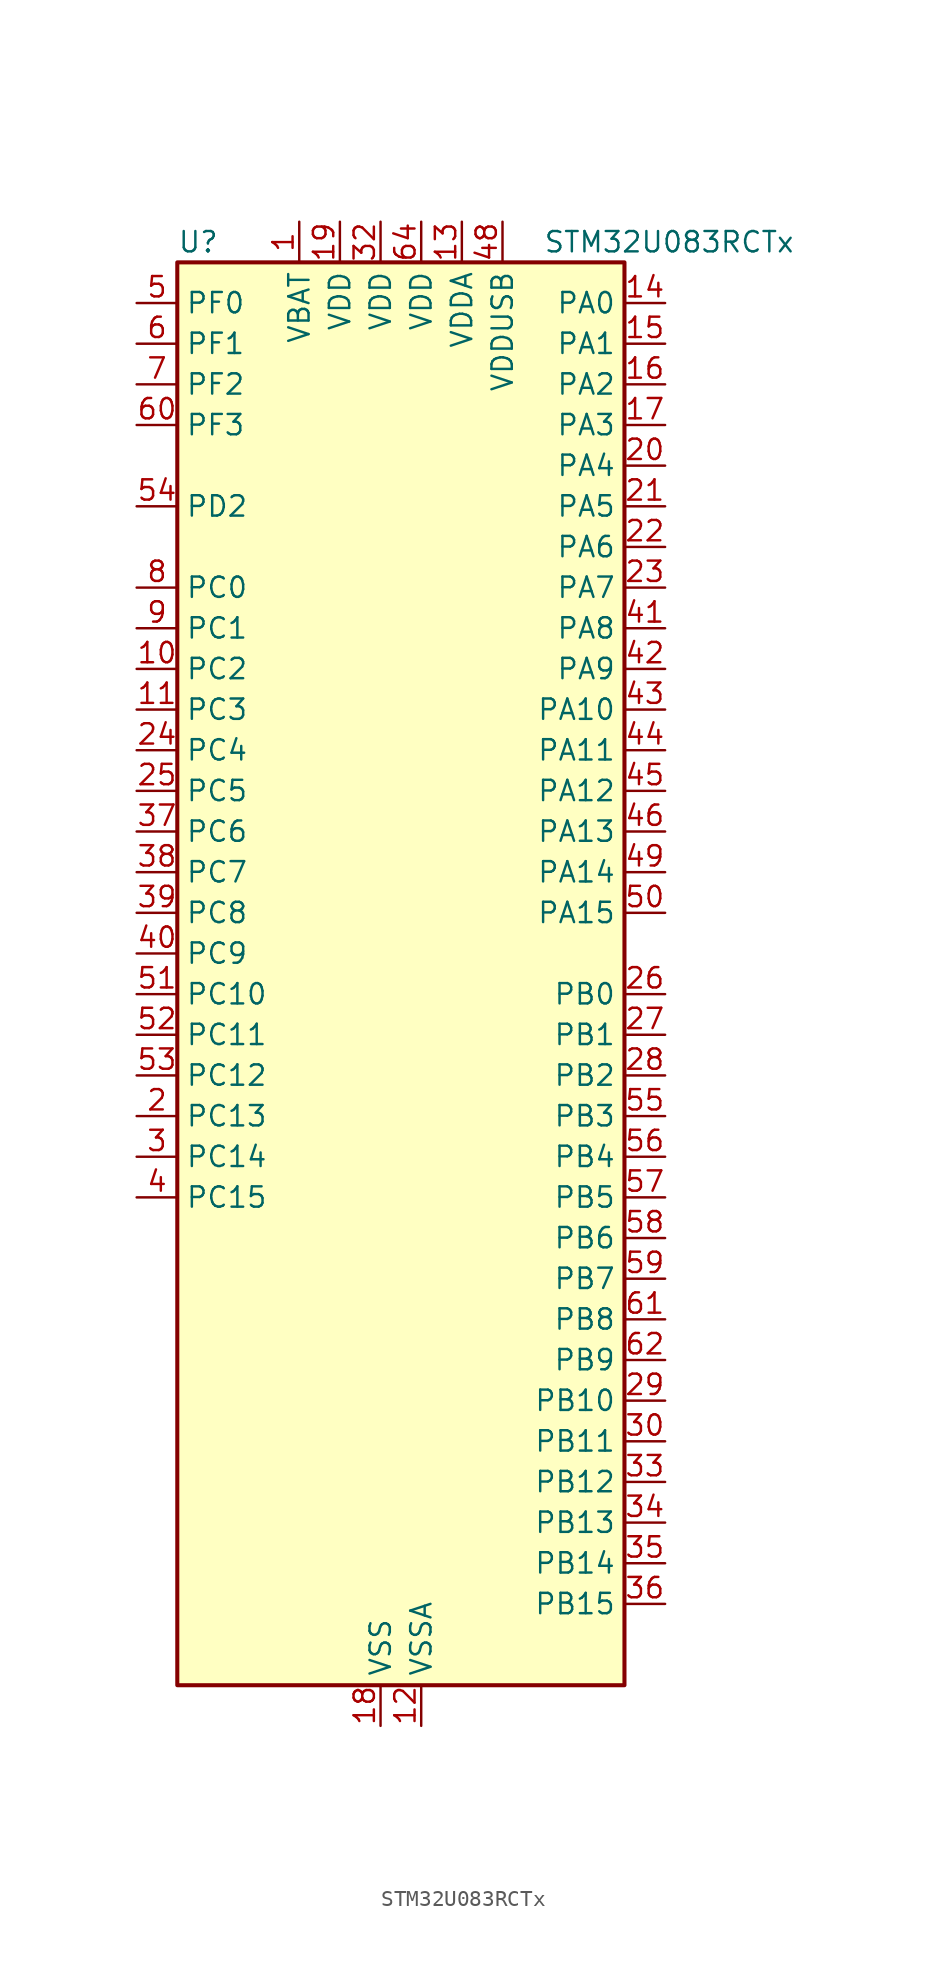
<source format=kicad_sym>
(kicad_symbol_lib
  (version 20231120)
  (generator "kicad_symbol_editor")
  (generator_version "8.99")
  (symbol "STM32U083RCTx"
    (property "Reference" "U"
      (at -12.7 46.99 0)
      (effects (font (size 1.27 1.27)) (justify left)))
    (property "Value" "STM32U083RCTx"
      (at 10.16 46.99 0)
      (effects (font (size 1.27 1.27)) (justify left)))
    (property "ki_locked" ""
      (at 0 0 0)
      (effects (font (size 1.27 1.27))))
    (symbol "STM32U083RCTx_0_1"
      (rectangle (start -12.7 -43.18) (end 15.24 45.72) (stroke (width 0.254) (type default)) (fill (type background))))
    (symbol "STM32U083RCTx_1_1"
      (pin power_in line (at -5.08 48.26 270) (length 2.54) (name "VBAT" (effects (font (size 1.27 1.27)))) (number "1" (effects (font (size 1.27 1.27)))))
      (pin bidirectional line (at -15.24 20.32 0) (length 2.54) (name "PC2" (effects (font (size 1.27 1.27)))) (number "10" (effects (font (size 1.27 1.27)))) (alternate "ADC1_IN2" bidirectional line) (alternate "LCD_BIAS3" bidirectional line) (alternate "LCD_SEG20" bidirectional line) (alternate "LPTIM1_IN2" bidirectional line) (alternate "RCC_MCO2" bidirectional line) (alternate "SPI2_MISO" bidirectional line))
      (pin bidirectional line (at -15.24 17.78 0) (length 2.54) (name "PC3" (effects (font (size 1.27 1.27)))) (number "11" (effects (font (size 1.27 1.27)))) (alternate "ADC1_IN3" bidirectional line) (alternate "LPTIM1_ETR" bidirectional line) (alternate "LPTIM2_ETR" bidirectional line) (alternate "LPTIM3_CH1" bidirectional line) (alternate "SPI2_MOSI" bidirectional line) (alternate "USART4_CK" bidirectional line))
      (pin power_in line (at 2.54 -45.72 90) (length 2.54) (name "VSSA" (effects (font (size 1.27 1.27)))) (number "12" (effects (font (size 1.27 1.27)))))
      (pin power_in line (at 5.08 48.26 270) (length 2.54) (name "VDDA" (effects (font (size 1.27 1.27)))) (number "13" (effects (font (size 1.27 1.27)))))
      (pin bidirectional line (at 17.78 43.18 180) (length 2.54) (name "PA0" (effects (font (size 1.27 1.27)))) (number "14" (effects (font (size 1.27 1.27)))) (alternate "ADC1_IN4" bidirectional line) (alternate "COMP1_INM" bidirectional line) (alternate "COMP1_OUT" bidirectional line) (alternate "LCD_SEG42" bidirectional line) (alternate "OPAMP1_VINP" bidirectional line) (alternate "PWR_WKUP1" bidirectional line) (alternate "TAMP_IN2" bidirectional line) (alternate "TIM2_CH1" bidirectional line) (alternate "TIM2_ETR" bidirectional line) (alternate "USART2_CTS" bidirectional line) (alternate "USART4_TX" bidirectional line))
      (pin bidirectional line (at 17.78 40.64 180) (length 2.54) (name "PA1" (effects (font (size 1.27 1.27)))) (number "15" (effects (font (size 1.27 1.27)))) (alternate "ADC1_IN5" bidirectional line) (alternate "COMP1_INP" bidirectional line) (alternate "LCD_SEG0" bidirectional line) (alternate "LPTIM1_CH2" bidirectional line) (alternate "OPAMP1_VINM" bidirectional line) (alternate "PWR_WKUP3" bidirectional line) (alternate "SPI1_SCK" bidirectional line) (alternate "SPI2_SCK" bidirectional line) (alternate "TAMP_IN5" bidirectional line) (alternate "TIM15_CH1N" bidirectional line) (alternate "TIM2_CH2" bidirectional line) (alternate "USART2_DE" bidirectional line) (alternate "USART2_RTS" bidirectional line) (alternate "USART4_RX" bidirectional line))
      (pin bidirectional line (at 17.78 38.1 180) (length 2.54) (name "PA2" (effects (font (size 1.27 1.27)))) (number "16" (effects (font (size 1.27 1.27)))) (alternate "ADC1_IN6" bidirectional line) (alternate "COMP2_INM" bidirectional line) (alternate "COMP2_OUT" bidirectional line) (alternate "LCD_SEG1" bidirectional line) (alternate "LPUART1_TX" bidirectional line) (alternate "PWR_WKUP4" bidirectional line) (alternate "RCC_LSCO" bidirectional line) (alternate "TIM15_CH1" bidirectional line) (alternate "TIM2_CH3" bidirectional line) (alternate "USART2_TX" bidirectional line))
      (pin bidirectional line (at 17.78 35.56 180) (length 2.54) (name "PA3" (effects (font (size 1.27 1.27)))) (number "17" (effects (font (size 1.27 1.27)))) (alternate "ADC1_IN7" bidirectional line) (alternate "COMP2_INP" bidirectional line) (alternate "LCD_SEG2" bidirectional line) (alternate "LPUART1_RX" bidirectional line) (alternate "OPAMP1_VOUT" bidirectional line) (alternate "TIM15_CH2" bidirectional line) (alternate "TIM2_CH4" bidirectional line) (alternate "USART2_RX" bidirectional line))
      (pin power_in line (at 0 -45.72 90) (length 2.54) (name "VSS" (effects (font (size 1.27 1.27)))) (number "18" (effects (font (size 1.27 1.27)))))
      (pin power_in line (at -2.54 48.26 270) (length 2.54) (name "VDD" (effects (font (size 1.27 1.27)))) (number "19" (effects (font (size 1.27 1.27)))))
      (pin bidirectional line (at -15.24 -7.62 0) (length 2.54) (name "PC13" (effects (font (size 1.27 1.27)))) (number "2" (effects (font (size 1.27 1.27)))) (alternate "LPTIM1_CH3" bidirectional line) (alternate "LPTIM3_CH3" bidirectional line) (alternate "PWR_WKUP2" bidirectional line) (alternate "RTC_OUT1" bidirectional line) (alternate "RTC_TS" bidirectional line) (alternate "TAMP_IN1" bidirectional line))
      (pin bidirectional line (at 17.78 33.02 180) (length 2.54) (name "PA4" (effects (font (size 1.27 1.27)))) (number "20" (effects (font (size 1.27 1.27)))) (alternate "ADC1_IN8" bidirectional line) (alternate "COMP1_INM" bidirectional line) (alternate "COMP2_INM" bidirectional line) (alternate "DAC1_OUT1" bidirectional line) (alternate "LCD_SEG43" bidirectional line) (alternate "LPTIM2_CH1" bidirectional line) (alternate "LPUART3_TX" bidirectional line) (alternate "SPI1_NSS" bidirectional line) (alternate "SPI3_NSS" bidirectional line) (alternate "USART2_CK" bidirectional line))
      (pin bidirectional line (at 17.78 30.48 180) (length 2.54) (name "PA5" (effects (font (size 1.27 1.27)))) (number "21" (effects (font (size 1.27 1.27)))) (alternate "ADC1_IN9" bidirectional line) (alternate "COMP1_INM" bidirectional line) (alternate "COMP2_INM" bidirectional line) (alternate "LCD_SEG44" bidirectional line) (alternate "LPTIM2_ETR" bidirectional line) (alternate "LPUART3_RX" bidirectional line) (alternate "SPI1_SCK" bidirectional line) (alternate "TIM2_CH1" bidirectional line) (alternate "TIM2_ETR" bidirectional line) (alternate "USART3_TX" bidirectional line))
      (pin bidirectional line (at 17.78 27.94 180) (length 2.54) (name "PA6" (effects (font (size 1.27 1.27)))) (number "22" (effects (font (size 1.27 1.27)))) (alternate "ADC1_IN10" bidirectional line) (alternate "COMP1_OUT" bidirectional line) (alternate "I2C2_SDA" bidirectional line) (alternate "I2C3_SDA" bidirectional line) (alternate "LCD_SEG3" bidirectional line) (alternate "LPUART1_CTS" bidirectional line) (alternate "SPI1_MISO" bidirectional line) (alternate "TIM16_CH1" bidirectional line) (alternate "TIM1_BKIN" bidirectional line) (alternate "TIM3_CH1" bidirectional line) (alternate "TSC_G5_IO1" bidirectional line) (alternate "USART3_CTS" bidirectional line))
      (pin bidirectional line (at 17.78 25.4 180) (length 2.54) (name "PA7" (effects (font (size 1.27 1.27)))) (number "23" (effects (font (size 1.27 1.27)))) (alternate "ADC1_IN14" bidirectional line) (alternate "COMP2_OUT" bidirectional line) (alternate "I2C2_SCL" bidirectional line) (alternate "I2C3_SCL" bidirectional line) (alternate "LCD_SEG4" bidirectional line) (alternate "LPTIM2_CH2" bidirectional line) (alternate "SPI1_MOSI" bidirectional line) (alternate "TIM1_CH1N" bidirectional line) (alternate "TIM3_CH2" bidirectional line) (alternate "USART3_RX" bidirectional line))
      (pin bidirectional line (at -15.24 15.24 0) (length 2.54) (name "PC4" (effects (font (size 1.27 1.27)))) (number "24" (effects (font (size 1.27 1.27)))) (alternate "ADC1_IN15" bidirectional line) (alternate "COMP1_INM" bidirectional line) (alternate "LCD_SEG22" bidirectional line) (alternate "LPUART3_TX" bidirectional line) (alternate "USART3_TX" bidirectional line))
      (pin bidirectional line (at -15.24 12.7 0) (length 2.54) (name "PC5" (effects (font (size 1.27 1.27)))) (number "25" (effects (font (size 1.27 1.27)))) (alternate "ADC1_IN16" bidirectional line) (alternate "COMP1_INP" bidirectional line) (alternate "LCD_SEG23" bidirectional line) (alternate "LPTIM3_CH3" bidirectional line) (alternate "LPUART3_RX" bidirectional line) (alternate "PWR_WKUP5" bidirectional line) (alternate "TAMP_IN4" bidirectional line) (alternate "USART3_RX" bidirectional line))
      (pin bidirectional line (at 17.78 0 180) (length 2.54) (name "PB0" (effects (font (size 1.27 1.27)))) (number "26" (effects (font (size 1.27 1.27)))) (alternate "ADC1_IN17" bidirectional line) (alternate "COMP1_OUT" bidirectional line) (alternate "LCD_SEG5" bidirectional line) (alternate "LPTIM3_CH1" bidirectional line) (alternate "LPUART2_CTS" bidirectional line) (alternate "SPI1_NSS" bidirectional line) (alternate "TIM1_CH2N" bidirectional line) (alternate "TIM3_CH3" bidirectional line) (alternate "TSC_G5_IO2" bidirectional line) (alternate "USART3_CK" bidirectional line))
      (pin bidirectional line (at 17.78 -2.54 180) (length 2.54) (name "PB1" (effects (font (size 1.27 1.27)))) (number "27" (effects (font (size 1.27 1.27)))) (alternate "ADC1_IN18" bidirectional line) (alternate "COMP1_INM" bidirectional line) (alternate "LCD_SEG6" bidirectional line) (alternate "LPTIM2_IN1" bidirectional line) (alternate "LPTIM3_CH2" bidirectional line) (alternate "LPUART1_DE" bidirectional line) (alternate "LPUART1_RTS" bidirectional line) (alternate "LPUART2_DE" bidirectional line) (alternate "LPUART2_RTS" bidirectional line) (alternate "TIM1_CH3N" bidirectional line) (alternate "TIM3_CH4" bidirectional line) (alternate "TSC_SYNC" bidirectional line) (alternate "USART3_DE" bidirectional line) (alternate "USART3_RTS" bidirectional line))
      (pin bidirectional line (at 17.78 -5.08 180) (length 2.54) (name "PB2" (effects (font (size 1.27 1.27)))) (number "28" (effects (font (size 1.27 1.27)))) (alternate "COMP1_INP" bidirectional line) (alternate "LPTIM1_CH1" bidirectional line) (alternate "RTC_OUT2" bidirectional line))
      (pin bidirectional line (at 17.78 -25.4 180) (length 2.54) (name "PB10" (effects (font (size 1.27 1.27)))) (number "29" (effects (font (size 1.27 1.27)))) (alternate "COMP1_OUT" bidirectional line) (alternate "I2C2_SCL" bidirectional line) (alternate "I2C4_SCL" bidirectional line) (alternate "LCD_SEG10" bidirectional line) (alternate "LPTIM3_CH1" bidirectional line) (alternate "LPUART1_RX" bidirectional line) (alternate "LPUART2_RX" bidirectional line) (alternate "SPI2_SCK" bidirectional line) (alternate "TIM2_CH3" bidirectional line) (alternate "TSC_G5_IO3" bidirectional line) (alternate "USART3_TX" bidirectional line))
      (pin bidirectional line (at -15.24 -10.16 0) (length 2.54) (name "PC14" (effects (font (size 1.27 1.27)))) (number "3" (effects (font (size 1.27 1.27)))) (alternate "RCC_OSC32_IN" bidirectional line))
      (pin bidirectional line (at 17.78 -27.94 180) (length 2.54) (name "PB11" (effects (font (size 1.27 1.27)))) (number "30" (effects (font (size 1.27 1.27)))) (alternate "ADC1_EXTI11" bidirectional line) (alternate "COMP2_OUT" bidirectional line) (alternate "I2C2_SDA" bidirectional line) (alternate "I2C4_SDA" bidirectional line) (alternate "LCD_SEG11" bidirectional line) (alternate "LPUART1_TX" bidirectional line) (alternate "LPUART2_TX" bidirectional line) (alternate "TIM2_CH4" bidirectional line) (alternate "TSC_G5_IO4" bidirectional line) (alternate "USART3_RX" bidirectional line))
      (pin passive line (at 0 -45.72 90) (length 2.54) hide (name "VSS" (effects (font (size 1.27 1.27)))) (number "31" (effects (font (size 1.27 1.27)))))
      (pin power_in line (at 0 48.26 270) (length 2.54) (name "VDD" (effects (font (size 1.27 1.27)))) (number "32" (effects (font (size 1.27 1.27)))))
      (pin bidirectional line (at 17.78 -30.48 180) (length 2.54) (name "PB12" (effects (font (size 1.27 1.27)))) (number "33" (effects (font (size 1.27 1.27)))) (alternate "LCD_SEG12" bidirectional line) (alternate "LPUART1_DE" bidirectional line) (alternate "LPUART1_RTS" bidirectional line) (alternate "SPI2_NSS" bidirectional line) (alternate "TIM15_BKIN" bidirectional line) (alternate "TIM1_BKIN" bidirectional line) (alternate "TSC_G1_IO1" bidirectional line) (alternate "USART3_CK" bidirectional line))
      (pin bidirectional line (at 17.78 -33.02 180) (length 2.54) (name "PB13" (effects (font (size 1.27 1.27)))) (number "34" (effects (font (size 1.27 1.27)))) (alternate "I2C2_SCL" bidirectional line) (alternate "LCD_SEG13" bidirectional line) (alternate "LPTIM3_IN1" bidirectional line) (alternate "LPUART1_CTS" bidirectional line) (alternate "SPI2_SCK" bidirectional line) (alternate "TIM15_CH1N" bidirectional line) (alternate "TIM1_CH1N" bidirectional line) (alternate "TSC_G1_IO2" bidirectional line) (alternate "USART3_CTS" bidirectional line))
      (pin bidirectional line (at 17.78 -35.56 180) (length 2.54) (name "PB14" (effects (font (size 1.27 1.27)))) (number "35" (effects (font (size 1.27 1.27)))) (alternate "I2C2_SDA" bidirectional line) (alternate "LCD_SEG14" bidirectional line) (alternate "LPTIM3_ETR" bidirectional line) (alternate "SPI2_MISO" bidirectional line) (alternate "TIM15_CH1" bidirectional line) (alternate "TIM1_CH2N" bidirectional line) (alternate "TSC_G1_IO3" bidirectional line) (alternate "USART3_DE" bidirectional line) (alternate "USART3_RTS" bidirectional line))
      (pin bidirectional line (at 17.78 -38.1 180) (length 2.54) (name "PB15" (effects (font (size 1.27 1.27)))) (number "36" (effects (font (size 1.27 1.27)))) (alternate "LCD_SEG15" bidirectional line) (alternate "PWR_WKUP7" bidirectional line) (alternate "RTC_REFIN" bidirectional line) (alternate "SPI2_MOSI" bidirectional line) (alternate "TAMP_IN3" bidirectional line) (alternate "TIM15_CH2" bidirectional line) (alternate "TIM1_CH3N" bidirectional line) (alternate "TSC_G1_IO4" bidirectional line))
      (pin bidirectional line (at -15.24 10.16 0) (length 2.54) (name "PC6" (effects (font (size 1.27 1.27)))) (number "37" (effects (font (size 1.27 1.27)))) (alternate "COMP1_INP" bidirectional line) (alternate "LCD_SEG24" bidirectional line) (alternate "LPUART2_TX" bidirectional line) (alternate "TIM3_CH1" bidirectional line) (alternate "TSC_G4_IO1" bidirectional line))
      (pin bidirectional line (at -15.24 7.62 0) (length 2.54) (name "PC7" (effects (font (size 1.27 1.27)))) (number "38" (effects (font (size 1.27 1.27)))) (alternate "LCD_SEG25" bidirectional line) (alternate "LPTIM2_CH2" bidirectional line) (alternate "LPTIM3_CH4" bidirectional line) (alternate "LPUART2_RX" bidirectional line) (alternate "TIM3_CH2" bidirectional line) (alternate "TSC_G4_IO2" bidirectional line))
      (pin bidirectional line (at -15.24 5.08 0) (length 2.54) (name "PC8" (effects (font (size 1.27 1.27)))) (number "39" (effects (font (size 1.27 1.27)))) (alternate "LCD_SEG26" bidirectional line) (alternate "LPTIM3_CH1" bidirectional line) (alternate "TIM3_CH3" bidirectional line) (alternate "TSC_G4_IO3" bidirectional line))
      (pin bidirectional line (at -15.24 -12.7 0) (length 2.54) (name "PC15" (effects (font (size 1.27 1.27)))) (number "4" (effects (font (size 1.27 1.27)))) (alternate "RCC_OSC32_EN" bidirectional line) (alternate "RCC_OSC32_OUT" bidirectional line) (alternate "RCC_OSC_EN" bidirectional line))
      (pin bidirectional line (at -15.24 2.54 0) (length 2.54) (name "PC9" (effects (font (size 1.27 1.27)))) (number "40" (effects (font (size 1.27 1.27)))) (alternate "DAC1_EXTI9" bidirectional line) (alternate "LCD_SEG27" bidirectional line) (alternate "LPTIM3_CH2" bidirectional line) (alternate "TIM3_CH4" bidirectional line) (alternate "TSC_G4_IO4" bidirectional line) (alternate "USB_NOE" bidirectional line))
      (pin bidirectional line (at 17.78 22.86 180) (length 2.54) (name "PA8" (effects (font (size 1.27 1.27)))) (number "41" (effects (font (size 1.27 1.27)))) (alternate "LCD_COM0" bidirectional line) (alternate "LPTIM2_CH1" bidirectional line) (alternate "RCC_MCO" bidirectional line) (alternate "RCC_MCO2" bidirectional line) (alternate "TIM1_CH1" bidirectional line) (alternate "TSC_G7_IO1" bidirectional line) (alternate "USART1_CK" bidirectional line))
      (pin bidirectional line (at 17.78 20.32 180) (length 2.54) (name "PA9" (effects (font (size 1.27 1.27)))) (number "42" (effects (font (size 1.27 1.27)))) (alternate "COMP1_INP" bidirectional line) (alternate "DAC1_EXTI9" bidirectional line) (alternate "I2C1_SCL" bidirectional line) (alternate "I2C2_SCL" bidirectional line) (alternate "LCD_COM1" bidirectional line) (alternate "RCC_MCO" bidirectional line) (alternate "TIM15_BKIN" bidirectional line) (alternate "TIM1_CH2" bidirectional line) (alternate "TSC_G7_IO2" bidirectional line) (alternate "USART1_TX" bidirectional line))
      (pin bidirectional line (at 17.78 17.78 180) (length 2.54) (name "PA10" (effects (font (size 1.27 1.27)))) (number "43" (effects (font (size 1.27 1.27)))) (alternate "CRS_SYNC" bidirectional line) (alternate "I2C1_SDA" bidirectional line) (alternate "I2C2_SDA" bidirectional line) (alternate "LCD_COM2" bidirectional line) (alternate "RCC_MCO2" bidirectional line) (alternate "SPI2_NSS" bidirectional line) (alternate "TIM1_CH3" bidirectional line) (alternate "TSC_G7_IO3" bidirectional line) (alternate "USART1_RX" bidirectional line))
      (pin bidirectional line (at 17.78 15.24 180) (length 2.54) (name "PA11" (effects (font (size 1.27 1.27)))) (number "44" (effects (font (size 1.27 1.27)))) (alternate "ADC1_EXTI11" bidirectional line) (alternate "COMP1_OUT" bidirectional line) (alternate "SPI1_MISO" bidirectional line) (alternate "SPI2_MISO" bidirectional line) (alternate "TIM1_BKIN2" bidirectional line) (alternate "TIM1_CH4" bidirectional line) (alternate "USART1_CTS" bidirectional line) (alternate "USB_DM" bidirectional line))
      (pin bidirectional line (at 17.78 12.7 180) (length 2.54) (name "PA12" (effects (font (size 1.27 1.27)))) (number "45" (effects (font (size 1.27 1.27)))) (alternate "SPI1_MOSI" bidirectional line) (alternate "SPI2_MOSI" bidirectional line) (alternate "TIM1_ETR" bidirectional line) (alternate "USART1_DE" bidirectional line) (alternate "USART1_RTS" bidirectional line) (alternate "USB_DP" bidirectional line))
      (pin bidirectional line (at 17.78 10.16 180) (length 2.54) (name "PA13" (effects (font (size 1.27 1.27)))) (number "46" (effects (font (size 1.27 1.27)))) (alternate "DEBUG_JTMS-SWDIO" bidirectional line) (alternate "IR_OUT" bidirectional line) (alternate "LCD_SEG40" bidirectional line) (alternate "TSC_G7_IO4" bidirectional line) (alternate "USB_NOE" bidirectional line))
      (pin passive line (at 0 -45.72 90) (length 2.54) hide (name "VSS" (effects (font (size 1.27 1.27)))) (number "47" (effects (font (size 1.27 1.27)))))
      (pin power_in line (at 7.62 48.26 270) (length 2.54) (name "VDDUSB" (effects (font (size 1.27 1.27)))) (number "48" (effects (font (size 1.27 1.27)))))
      (pin bidirectional line (at 17.78 7.62 180) (length 2.54) (name "PA14" (effects (font (size 1.27 1.27)))) (number "49" (effects (font (size 1.27 1.27)))) (alternate "DEBUG_JTCK-SWCLK" bidirectional line) (alternate "LCD_SEG41" bidirectional line) (alternate "LPTIM1_CH1" bidirectional line) (alternate "TSC_G3_IO4" bidirectional line))
      (pin bidirectional line (at -15.24 43.18 0) (length 2.54) (name "PF0" (effects (font (size 1.27 1.27)))) (number "5" (effects (font (size 1.27 1.27)))) (alternate "RCC_OSC_IN" bidirectional line))
      (pin bidirectional line (at 17.78 5.08 180) (length 2.54) (name "PA15" (effects (font (size 1.27 1.27)))) (number "50" (effects (font (size 1.27 1.27)))) (alternate "DEBUG_JTDI" bidirectional line) (alternate "LCD_SEG17" bidirectional line) (alternate "LPTIM3_CH3" bidirectional line) (alternate "LPTIM3_IN2" bidirectional line) (alternate "SPI1_NSS" bidirectional line) (alternate "SPI3_NSS" bidirectional line) (alternate "TIM2_CH1" bidirectional line) (alternate "TIM2_ETR" bidirectional line) (alternate "TSC_G3_IO1" bidirectional line) (alternate "USART2_RX" bidirectional line) (alternate "USART3_DE" bidirectional line) (alternate "USART3_RTS" bidirectional line) (alternate "USART4_DE" bidirectional line) (alternate "USART4_RTS" bidirectional line))
      (pin bidirectional line (at -15.24 0 0) (length 2.54) (name "PC10" (effects (font (size 1.27 1.27)))) (number "51" (effects (font (size 1.27 1.27)))) (alternate "LCD_COM4" bidirectional line) (alternate "LCD_SEG28" bidirectional line) (alternate "LCD_SEG48" bidirectional line) (alternate "LPTIM3_ETR" bidirectional line) (alternate "SPI3_SCK" bidirectional line) (alternate "TSC_G3_IO2" bidirectional line) (alternate "USART3_TX" bidirectional line) (alternate "USART4_TX" bidirectional line))
      (pin bidirectional line (at -15.24 -2.54 0) (length 2.54) (name "PC11" (effects (font (size 1.27 1.27)))) (number "52" (effects (font (size 1.27 1.27)))) (alternate "ADC1_EXTI11" bidirectional line) (alternate "LCD_COM5" bidirectional line) (alternate "LCD_SEG29" bidirectional line) (alternate "LCD_SEG49" bidirectional line) (alternate "LPTIM3_IN1" bidirectional line) (alternate "SPI3_MISO" bidirectional line) (alternate "TSC_G3_IO3" bidirectional line) (alternate "USART3_RX" bidirectional line) (alternate "USART4_RX" bidirectional line))
      (pin bidirectional line (at -15.24 -5.08 0) (length 2.54) (name "PC12" (effects (font (size 1.27 1.27)))) (number "53" (effects (font (size 1.27 1.27)))) (alternate "LCD_COM6" bidirectional line) (alternate "LCD_SEG30" bidirectional line) (alternate "LCD_SEG50" bidirectional line) (alternate "LPTIM3_CH3" bidirectional line) (alternate "SPI3_MOSI" bidirectional line) (alternate "USART3_CK" bidirectional line) (alternate "USART4_CK" bidirectional line))
      (pin bidirectional line (at -15.24 30.48 0) (length 2.54) (name "PD2" (effects (font (size 1.27 1.27)))) (number "54" (effects (font (size 1.27 1.27)))) (alternate "LCD_COM7" bidirectional line) (alternate "LCD_SEG31" bidirectional line) (alternate "LCD_SEG51" bidirectional line) (alternate "TIM3_ETR" bidirectional line) (alternate "TSC_SYNC" bidirectional line) (alternate "USART3_DE" bidirectional line) (alternate "USART3_RTS" bidirectional line))
      (pin bidirectional line (at 17.78 -7.62 180) (length 2.54) (name "PB3" (effects (font (size 1.27 1.27)))) (number "55" (effects (font (size 1.27 1.27)))) (alternate "COMP2_INM" bidirectional line) (alternate "DEBUG_JTDO-SWO" bidirectional line) (alternate "I2C2_SCL" bidirectional line) (alternate "I2C3_SCL" bidirectional line) (alternate "LCD_SEG7" bidirectional line) (alternate "LPTIM1_CH3" bidirectional line) (alternate "SPI1_SCK" bidirectional line) (alternate "SPI3_SCK" bidirectional line) (alternate "TIM2_CH2" bidirectional line) (alternate "USART1_DE" bidirectional line) (alternate "USART1_RTS" bidirectional line))
      (pin bidirectional line (at 17.78 -10.16 180) (length 2.54) (name "PB4" (effects (font (size 1.27 1.27)))) (number "56" (effects (font (size 1.27 1.27)))) (alternate "COMP2_INP" bidirectional line) (alternate "I2C2_SDA" bidirectional line) (alternate "I2C3_SDA" bidirectional line) (alternate "LCD_SEG8" bidirectional line) (alternate "LPTIM1_CH4" bidirectional line) (alternate "LPUART3_DE" bidirectional line) (alternate "LPUART3_RTS" bidirectional line) (alternate "SPI1_MISO" bidirectional line) (alternate "SPI3_MISO" bidirectional line) (alternate "TIM3_CH1" bidirectional line) (alternate "TSC_G2_IO1" bidirectional line) (alternate "USART1_CTS" bidirectional line))
      (pin bidirectional line (at 17.78 -12.7 180) (length 2.54) (name "PB5" (effects (font (size 1.27 1.27)))) (number "57" (effects (font (size 1.27 1.27)))) (alternate "COMP2_OUT" bidirectional line) (alternate "LCD_SEG9" bidirectional line) (alternate "LPTIM1_IN1" bidirectional line) (alternate "LPUART3_CTS" bidirectional line) (alternate "SPI1_MOSI" bidirectional line) (alternate "SPI3_MOSI" bidirectional line) (alternate "TIM16_BKIN" bidirectional line) (alternate "TIM3_CH2" bidirectional line) (alternate "TSC_G2_IO2" bidirectional line) (alternate "USART1_CK" bidirectional line))
      (pin bidirectional line (at 17.78 -15.24 180) (length 2.54) (name "PB6" (effects (font (size 1.27 1.27)))) (number "58" (effects (font (size 1.27 1.27)))) (alternate "COMP2_INP" bidirectional line) (alternate "I2C1_SCL" bidirectional line) (alternate "I2C2_SCL" bidirectional line) (alternate "I2C4_SCL" bidirectional line) (alternate "LPTIM1_ETR" bidirectional line) (alternate "LPUART2_TX" bidirectional line) (alternate "LPUART3_TX" bidirectional line) (alternate "TIM16_CH1N" bidirectional line) (alternate "TSC_G2_IO3" bidirectional line) (alternate "USART1_TX" bidirectional line))
      (pin bidirectional line (at 17.78 -17.78 180) (length 2.54) (name "PB7" (effects (font (size 1.27 1.27)))) (number "59" (effects (font (size 1.27 1.27)))) (alternate "COMP2_INM" bidirectional line) (alternate "I2C1_SDA" bidirectional line) (alternate "I2C2_SDA" bidirectional line) (alternate "I2C4_SDA" bidirectional line) (alternate "LCD_SEG21" bidirectional line) (alternate "LPTIM1_IN2" bidirectional line) (alternate "LPUART2_RX" bidirectional line) (alternate "LPUART3_RX" bidirectional line) (alternate "PWR_PVD_IN" bidirectional line) (alternate "TSC_G2_IO4" bidirectional line) (alternate "USART1_RX" bidirectional line) (alternate "USART4_CTS" bidirectional line))
      (pin bidirectional line (at -15.24 40.64 0) (length 2.54) (name "PF1" (effects (font (size 1.27 1.27)))) (number "6" (effects (font (size 1.27 1.27)))) (alternate "RCC_OSC_EN" bidirectional line) (alternate "RCC_OSC_OUT" bidirectional line))
      (pin bidirectional line (at -15.24 35.56 0) (length 2.54) (name "PF3" (effects (font (size 1.27 1.27)))) (number "60" (effects (font (size 1.27 1.27)))))
      (pin bidirectional line (at 17.78 -20.32 180) (length 2.54) (name "PB8" (effects (font (size 1.27 1.27)))) (number "61" (effects (font (size 1.27 1.27)))) (alternate "I2C1_SCL" bidirectional line) (alternate "I2C2_SCL" bidirectional line) (alternate "LCD_SEG16" bidirectional line) (alternate "LPTIM1_IN2" bidirectional line) (alternate "LPTIM3_IN2" bidirectional line) (alternate "TIM16_CH1" bidirectional line) (alternate "USART3_TX" bidirectional line))
      (pin bidirectional line (at 17.78 -22.86 180) (length 2.54) (name "PB9" (effects (font (size 1.27 1.27)))) (number "62" (effects (font (size 1.27 1.27)))) (alternate "DAC1_EXTI9" bidirectional line) (alternate "I2C1_SDA" bidirectional line) (alternate "I2C2_SDA" bidirectional line) (alternate "IR_OUT" bidirectional line) (alternate "LCD_COM3" bidirectional line) (alternate "LPTIM1_CH4" bidirectional line) (alternate "LPTIM3_CH4" bidirectional line) (alternate "SPI2_NSS" bidirectional line) (alternate "USART3_RX" bidirectional line))
      (pin passive line (at 0 -45.72 90) (length 2.54) hide (name "VSS" (effects (font (size 1.27 1.27)))) (number "63" (effects (font (size 1.27 1.27)))))
      (pin power_in line (at 2.54 48.26 270) (length 2.54) (name "VDD" (effects (font (size 1.27 1.27)))) (number "64" (effects (font (size 1.27 1.27)))))
      (pin bidirectional line (at -15.24 38.1 0) (length 2.54) (name "PF2" (effects (font (size 1.27 1.27)))) (number "7" (effects (font (size 1.27 1.27)))) (alternate "RCC_MCO" bidirectional line))
      (pin bidirectional line (at -15.24 25.4 0) (length 2.54) (name "PC0" (effects (font (size 1.27 1.27)))) (number "8" (effects (font (size 1.27 1.27)))) (alternate "ADC1_IN0" bidirectional line) (alternate "I2C3_SCL" bidirectional line) (alternate "I2C4_SCL" bidirectional line) (alternate "LCD_BIAS1" bidirectional line) (alternate "LCD_SEG18" bidirectional line) (alternate "LPTIM1_IN1" bidirectional line) (alternate "LPTIM2_IN1" bidirectional line) (alternate "LPUART1_RX" bidirectional line) (alternate "LPUART2_TX" bidirectional line))
      (pin bidirectional line (at -15.24 22.86 0) (length 2.54) (name "PC1" (effects (font (size 1.27 1.27)))) (number "9" (effects (font (size 1.27 1.27)))) (alternate "ADC1_IN1" bidirectional line) (alternate "I2C3_SDA" bidirectional line) (alternate "I2C4_SDA" bidirectional line) (alternate "LCD_BIAS2" bidirectional line) (alternate "LCD_SEG19" bidirectional line) (alternate "LPTIM1_CH1" bidirectional line) (alternate "LPUART1_TX" bidirectional line) (alternate "LPUART2_RX" bidirectional line)))))
</source>
